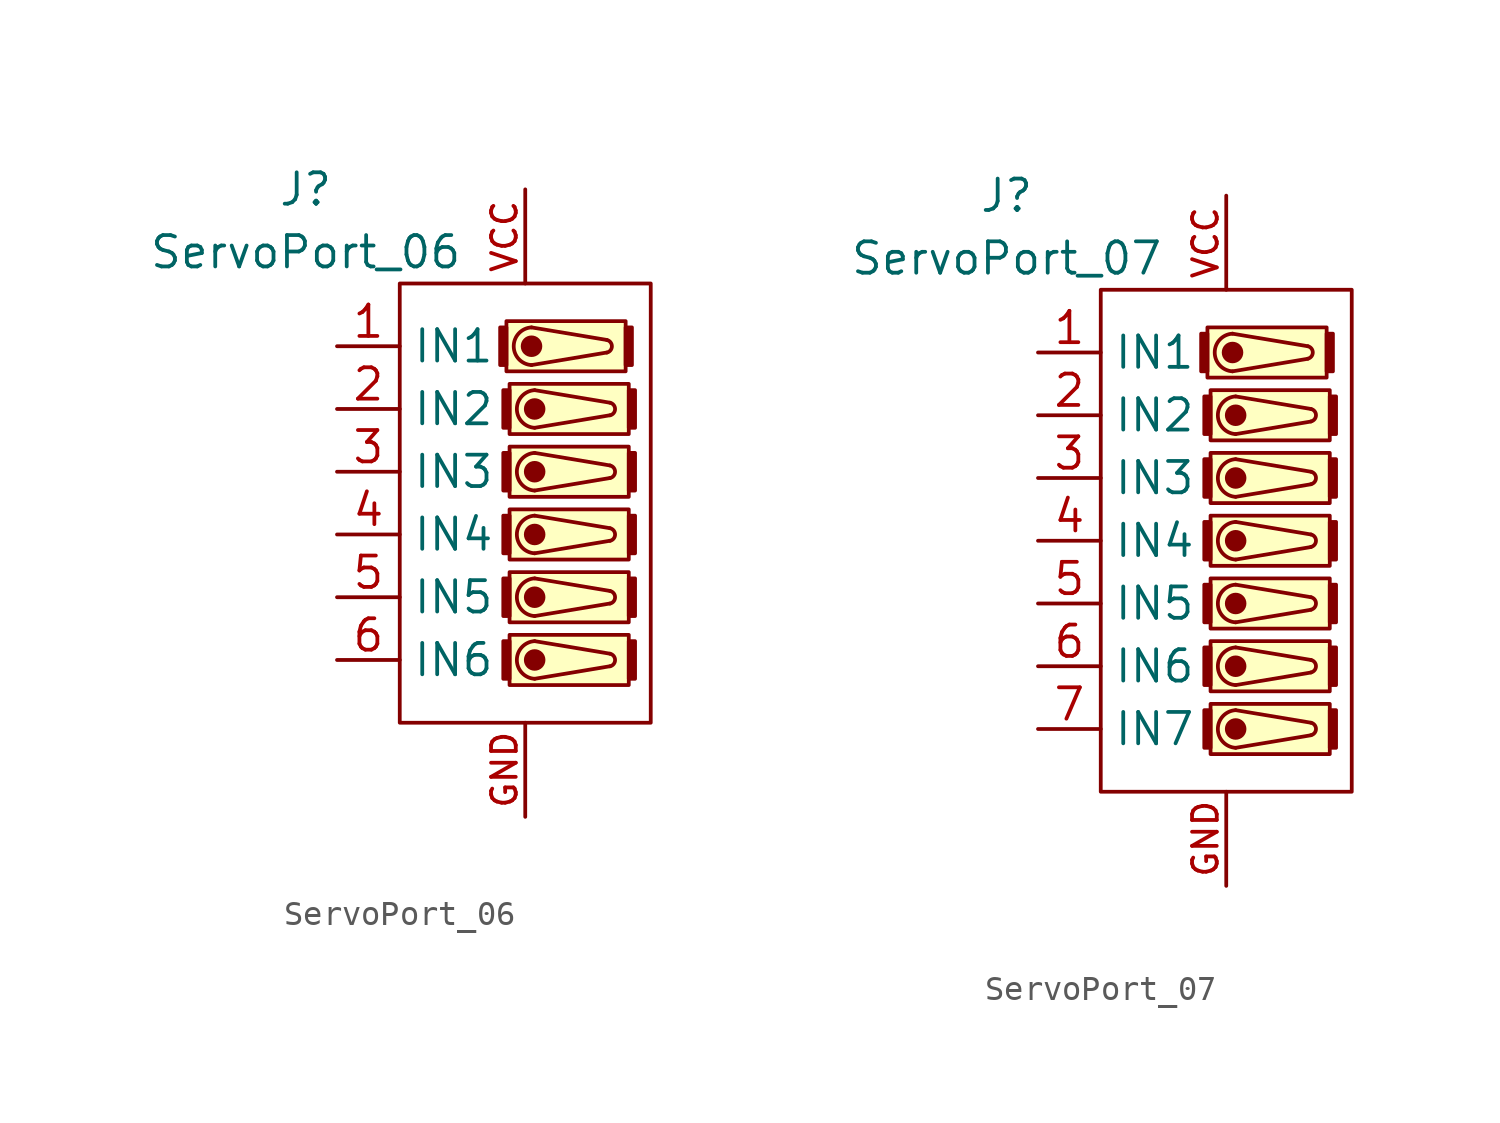
<source format=kicad_sym>
(kicad_symbol_lib
  (version 20220914)
  (generator kicad_symbol_editor)
  (symbol "ServoPort_06"
    (property "Reference" "J"
      (at -8.89 12.7 0)
      (effects (font (size 1.27 1.27))))
    (property "Value" "ServoPort_06"
      (at -8.89 10.16 0)
      (effects (font (size 1.27 1.27))))
    (symbol "ServoPort_06_0_1"
      (rectangle (start -5.08 8.89) (end 5.08 -8.89) (stroke (width 0) (type default)) (fill (type none)))
      (rectangle (start -0.762 7.112) (end -1.016 5.588) (stroke (width 0) (type default)) (fill (type outline)))
      (rectangle (start -0.762 7.366) (end 4.064 5.334) (stroke (width 0) (type default)) (fill (type background)))
      (rectangle (start -0.635 -5.588) (end -0.889 -7.112) (stroke (width 0) (type default)) (fill (type outline)))
      (rectangle (start -0.635 -5.334) (end 4.191 -7.366) (stroke (width 0) (type default)) (fill (type background)))
      (rectangle (start -0.635 -3.048) (end -0.889 -4.572) (stroke (width 0) (type default)) (fill (type outline)))
      (rectangle (start -0.635 -2.794) (end 4.191 -4.826) (stroke (width 0) (type default)) (fill (type background)))
      (rectangle (start -0.635 -0.508) (end -0.889 -2.032) (stroke (width 0) (type default)) (fill (type outline)))
      (rectangle (start -0.635 -0.254) (end 4.191 -2.286) (stroke (width 0) (type default)) (fill (type background)))
      (rectangle (start -0.635 2.032) (end -0.889 0.508) (stroke (width 0) (type default)) (fill (type outline)))
      (rectangle (start -0.635 2.286) (end 4.191 0.254) (stroke (width 0) (type default)) (fill (type background)))
      (rectangle (start -0.635 4.572) (end -0.889 3.048) (stroke (width 0) (type default)) (fill (type outline)))
      (rectangle (start -0.635 4.826) (end 4.191 2.794) (stroke (width 0) (type default)) (fill (type background)))
      (polyline (pts (xy 0.254 7.112) (xy 3.302 6.604)) (stroke (width 0) (type default)) (fill (type none)))
      (polyline (pts (xy 0.381 -5.588) (xy 3.429 -6.096)) (stroke (width 0) (type default)) (fill (type none)))
      (polyline (pts (xy 0.381 -3.048) (xy 3.429 -3.556)) (stroke (width 0) (type default)) (fill (type none)))
      (polyline (pts (xy 0.381 -0.508) (xy 3.429 -1.016)) (stroke (width 0) (type default)) (fill (type none)))
      (polyline (pts (xy 0.381 2.032) (xy 3.429 1.524)) (stroke (width 0) (type default)) (fill (type none)))
      (polyline (pts (xy 0.381 4.572) (xy 3.429 4.064)) (stroke (width 0) (type default)) (fill (type none)))
      (polyline (pts (xy 3.302 6.096) (xy 0.254 5.588)) (stroke (width 0) (type default)) (fill (type none)))
      (polyline (pts (xy 3.429 -6.604) (xy 0.381 -7.112)) (stroke (width 0) (type default)) (fill (type none)))
      (polyline (pts (xy 3.429 -4.064) (xy 0.381 -4.572)) (stroke (width 0) (type default)) (fill (type none)))
      (polyline (pts (xy 3.429 -1.524) (xy 0.381 -2.032)) (stroke (width 0) (type default)) (fill (type none)))
      (polyline (pts (xy 3.429 1.016) (xy 0.381 0.508)) (stroke (width 0) (type default)) (fill (type none)))
      (polyline (pts (xy 3.429 3.556) (xy 0.381 3.048)) (stroke (width 0) (type default)) (fill (type none)))
      (circle (center 0.254 6.35) (radius 0.359) (stroke (width 0) (type default)) (fill (type outline)))
      (arc (start 0.254 7.112) (mid -0.4664 6.35) (end 0.254 5.588) (stroke (width 0) (type default)) (fill (type none)))
      (circle (center 0.381 -6.35) (radius 0.359) (stroke (width 0) (type default)) (fill (type outline)))
      (arc (start 0.381 -5.588) (mid -0.3394 -6.35) (end 0.381 -7.112) (stroke (width 0) (type default)) (fill (type none)))
      (circle (center 0.381 -3.81) (radius 0.359) (stroke (width 0) (type default)) (fill (type outline)))
      (arc (start 0.381 -3.048) (mid -0.3394 -3.81) (end 0.381 -4.572) (stroke (width 0) (type default)) (fill (type none)))
      (circle (center 0.381 -1.27) (radius 0.359) (stroke (width 0) (type default)) (fill (type outline)))
      (arc (start 0.381 -0.508) (mid -0.3394 -1.27) (end 0.381 -2.032) (stroke (width 0) (type default)) (fill (type none)))
      (circle (center 0.381 1.27) (radius 0.359) (stroke (width 0) (type default)) (fill (type outline)))
      (arc (start 0.381 2.032) (mid -0.3394 1.27) (end 0.381 0.508) (stroke (width 0) (type default)) (fill (type none)))
      (circle (center 0.381 3.81) (radius 0.359) (stroke (width 0) (type default)) (fill (type outline)))
      (arc (start 0.381 4.572) (mid -0.3394 3.81) (end 0.381 3.048) (stroke (width 0) (type default)) (fill (type none)))
      (arc (start 3.302 6.096) (mid 3.5069 6.35) (end 3.302 6.604) (stroke (width 0) (type default)) (fill (type none)))
      (arc (start 3.429 -6.604) (mid 3.6339 -6.35) (end 3.429 -6.096) (stroke (width 0) (type default)) (fill (type none)))
      (arc (start 3.429 -4.064) (mid 3.6339 -3.81) (end 3.429 -3.556) (stroke (width 0) (type default)) (fill (type none)))
      (arc (start 3.429 -1.524) (mid 3.6339 -1.27) (end 3.429 -1.016) (stroke (width 0) (type default)) (fill (type none)))
      (arc (start 3.429 1.016) (mid 3.6339 1.27) (end 3.429 1.524) (stroke (width 0) (type default)) (fill (type none)))
      (arc (start 3.429 3.556) (mid 3.6339 3.81) (end 3.429 4.064) (stroke (width 0) (type default)) (fill (type none)))
      (rectangle (start 4.064 7.112) (end 4.318 5.588) (stroke (width 0) (type default)) (fill (type outline)))
      (rectangle (start 4.191 -5.588) (end 4.445 -7.112) (stroke (width 0) (type default)) (fill (type outline)))
      (rectangle (start 4.191 -3.048) (end 4.445 -4.572) (stroke (width 0) (type default)) (fill (type outline)))
      (rectangle (start 4.191 -0.508) (end 4.445 -2.032) (stroke (width 0) (type default)) (fill (type outline)))
      (rectangle (start 4.191 2.032) (end 4.445 0.508) (stroke (width 0) (type default)) (fill (type outline)))
      (rectangle (start 4.191 4.572) (end 4.445 3.048) (stroke (width 0) (type default)) (fill (type outline))))
    (symbol "ServoPort_06_1_1"
      (pin input line (at -7.62 6.35 0) (length 2.54) (name "IN1" (effects (font (size 1.27 1.27)))) (number "1" (effects (font (size 1.27 1.27)))))
      (pin input line (at -7.62 3.81 0) (length 2.54) (name "IN2" (effects (font (size 1.27 1.27)))) (number "2" (effects (font (size 1.27 1.27)))))
      (pin input line (at -7.62 1.27 0) (length 2.54) (name "IN3" (effects (font (size 1.27 1.27)))) (number "3" (effects (font (size 1.27 1.27)))))
      (pin input line (at -7.62 -1.27 0) (length 2.54) (name "IN4" (effects (font (size 1.27 1.27)))) (number "4" (effects (font (size 1.27 1.27)))))
      (pin input line (at -7.62 -3.81 0) (length 2.54) (name "IN5" (effects (font (size 1.27 1.27)))) (number "5" (effects (font (size 1.27 1.27)))))
      (pin input line (at -7.62 -6.35 0) (length 2.54) (name "IN6" (effects (font (size 1.27 1.27)))) (number "6" (effects (font (size 1.27 1.27)))))
      (pin power_in line (at 0 -12.7 90) (length 3.81) (name "" (effects (font (size 1 1)))) (number "GND" (effects (font (size 1 1)))))
      (pin power_in line (at 0 12.7 270) (length 3.81) (name "" (effects (font (size 1 1)))) (number "VCC" (effects (font (size 1 1)))))))
  (symbol "ServoPort_07"
    (property "Reference" "J"
      (at -8.89 13.97 0)
      (effects (font (size 1.27 1.27))))
    (property "Value" "ServoPort_07"
      (at -8.89 11.43 0)
      (effects (font (size 1.27 1.27))))
    (symbol "ServoPort_07_0_1"
      (rectangle (start -5.08 10.16) (end 5.08 -10.16) (stroke (width 0) (type default)) (fill (type none)))
      (rectangle (start -0.762 8.382) (end -1.016 6.858) (stroke (width 0) (type default)) (fill (type outline)))
      (rectangle (start -0.762 8.636) (end 4.064 6.604) (stroke (width 0) (type default)) (fill (type background)))
      (rectangle (start -0.635 -6.858) (end -0.889 -8.382) (stroke (width 0) (type default)) (fill (type outline)))
      (rectangle (start -0.635 -6.604) (end 4.191 -8.636) (stroke (width 0) (type default)) (fill (type background)))
      (rectangle (start -0.635 -4.318) (end -0.889 -5.842) (stroke (width 0) (type default)) (fill (type outline)))
      (rectangle (start -0.635 -4.064) (end 4.191 -6.096) (stroke (width 0) (type default)) (fill (type background)))
      (rectangle (start -0.635 -1.778) (end -0.889 -3.302) (stroke (width 0) (type default)) (fill (type outline)))
      (rectangle (start -0.635 -1.524) (end 4.191 -3.556) (stroke (width 0) (type default)) (fill (type background)))
      (rectangle (start -0.635 0.762) (end -0.889 -0.762) (stroke (width 0) (type default)) (fill (type outline)))
      (rectangle (start -0.635 1.016) (end 4.191 -1.016) (stroke (width 0) (type default)) (fill (type background)))
      (rectangle (start -0.635 3.302) (end -0.889 1.778) (stroke (width 0) (type default)) (fill (type outline)))
      (rectangle (start -0.635 3.556) (end 4.191 1.524) (stroke (width 0) (type default)) (fill (type background)))
      (rectangle (start -0.635 5.842) (end -0.889 4.318) (stroke (width 0) (type default)) (fill (type outline)))
      (rectangle (start -0.635 6.096) (end 4.191 4.064) (stroke (width 0) (type default)) (fill (type background)))
      (polyline (pts (xy 0.254 8.382) (xy 3.302 7.874)) (stroke (width 0) (type default)) (fill (type none)))
      (polyline (pts (xy 0.381 -6.858) (xy 3.429 -7.366)) (stroke (width 0) (type default)) (fill (type none)))
      (polyline (pts (xy 0.381 -4.318) (xy 3.429 -4.826)) (stroke (width 0) (type default)) (fill (type none)))
      (polyline (pts (xy 0.381 -1.778) (xy 3.429 -2.286)) (stroke (width 0) (type default)) (fill (type none)))
      (polyline (pts (xy 0.381 0.762) (xy 3.429 0.254)) (stroke (width 0) (type default)) (fill (type none)))
      (polyline (pts (xy 0.381 3.302) (xy 3.429 2.794)) (stroke (width 0) (type default)) (fill (type none)))
      (polyline (pts (xy 0.381 5.842) (xy 3.429 5.334)) (stroke (width 0) (type default)) (fill (type none)))
      (polyline (pts (xy 3.302 7.366) (xy 0.254 6.858)) (stroke (width 0) (type default)) (fill (type none)))
      (polyline (pts (xy 3.429 -7.874) (xy 0.381 -8.382)) (stroke (width 0) (type default)) (fill (type none)))
      (polyline (pts (xy 3.429 -5.334) (xy 0.381 -5.842)) (stroke (width 0) (type default)) (fill (type none)))
      (polyline (pts (xy 3.429 -2.794) (xy 0.381 -3.302)) (stroke (width 0) (type default)) (fill (type none)))
      (polyline (pts (xy 3.429 -0.254) (xy 0.381 -0.762)) (stroke (width 0) (type default)) (fill (type none)))
      (polyline (pts (xy 3.429 2.286) (xy 0.381 1.778)) (stroke (width 0) (type default)) (fill (type none)))
      (polyline (pts (xy 3.429 4.826) (xy 0.381 4.318)) (stroke (width 0) (type default)) (fill (type none)))
      (circle (center 0.254 7.62) (radius 0.359) (stroke (width 0) (type default)) (fill (type outline)))
      (arc (start 0.254 8.382) (mid -0.4664 7.62) (end 0.254 6.858) (stroke (width 0) (type default)) (fill (type none)))
      (circle (center 0.381 -7.62) (radius 0.359) (stroke (width 0) (type default)) (fill (type outline)))
      (arc (start 0.381 -6.858) (mid -0.3394 -7.62) (end 0.381 -8.382) (stroke (width 0) (type default)) (fill (type none)))
      (circle (center 0.381 -5.08) (radius 0.359) (stroke (width 0) (type default)) (fill (type outline)))
      (arc (start 0.381 -4.318) (mid -0.3394 -5.08) (end 0.381 -5.842) (stroke (width 0) (type default)) (fill (type none)))
      (circle (center 0.381 -2.54) (radius 0.359) (stroke (width 0) (type default)) (fill (type outline)))
      (arc (start 0.381 -1.778) (mid -0.3394 -2.54) (end 0.381 -3.302) (stroke (width 0) (type default)) (fill (type none)))
      (circle (center 0.381 0) (radius 0.359) (stroke (width 0) (type default)) (fill (type outline)))
      (arc (start 0.381 0.762) (mid -0.3394 0) (end 0.381 -0.762) (stroke (width 0) (type default)) (fill (type none)))
      (circle (center 0.381 2.54) (radius 0.359) (stroke (width 0) (type default)) (fill (type outline)))
      (arc (start 0.381 3.302) (mid -0.3394 2.54) (end 0.381 1.778) (stroke (width 0) (type default)) (fill (type none)))
      (circle (center 0.381 5.08) (radius 0.359) (stroke (width 0) (type default)) (fill (type outline)))
      (arc (start 0.381 5.842) (mid -0.3394 5.08) (end 0.381 4.318) (stroke (width 0) (type default)) (fill (type none)))
      (arc (start 3.302 7.366) (mid 3.5069 7.62) (end 3.302 7.874) (stroke (width 0) (type default)) (fill (type none)))
      (arc (start 3.429 -7.874) (mid 3.6339 -7.62) (end 3.429 -7.366) (stroke (width 0) (type default)) (fill (type none)))
      (arc (start 3.429 -5.334) (mid 3.6339 -5.08) (end 3.429 -4.826) (stroke (width 0) (type default)) (fill (type none)))
      (arc (start 3.429 -2.794) (mid 3.6339 -2.54) (end 3.429 -2.286) (stroke (width 0) (type default)) (fill (type none)))
      (arc (start 3.429 -0.254) (mid 3.6339 0) (end 3.429 0.254) (stroke (width 0) (type default)) (fill (type none)))
      (arc (start 3.429 2.286) (mid 3.6339 2.54) (end 3.429 2.794) (stroke (width 0) (type default)) (fill (type none)))
      (arc (start 3.429 4.826) (mid 3.6339 5.08) (end 3.429 5.334) (stroke (width 0) (type default)) (fill (type none)))
      (rectangle (start 4.064 8.382) (end 4.318 6.858) (stroke (width 0) (type default)) (fill (type outline)))
      (rectangle (start 4.191 -6.858) (end 4.445 -8.382) (stroke (width 0) (type default)) (fill (type outline)))
      (rectangle (start 4.191 -4.318) (end 4.445 -5.842) (stroke (width 0) (type default)) (fill (type outline)))
      (rectangle (start 4.191 -1.778) (end 4.445 -3.302) (stroke (width 0) (type default)) (fill (type outline)))
      (rectangle (start 4.191 0.762) (end 4.445 -0.762) (stroke (width 0) (type default)) (fill (type outline)))
      (rectangle (start 4.191 3.302) (end 4.445 1.778) (stroke (width 0) (type default)) (fill (type outline)))
      (rectangle (start 4.191 5.842) (end 4.445 4.318) (stroke (width 0) (type default)) (fill (type outline))))
    (symbol "ServoPort_07_1_1"
      (pin input line (at -7.62 7.62 0) (length 2.54) (name "IN1" (effects (font (size 1.27 1.27)))) (number "1" (effects (font (size 1.27 1.27)))))
      (pin input line (at -7.62 5.08 0) (length 2.54) (name "IN2" (effects (font (size 1.27 1.27)))) (number "2" (effects (font (size 1.27 1.27)))))
      (pin input line (at -7.62 2.54 0) (length 2.54) (name "IN3" (effects (font (size 1.27 1.27)))) (number "3" (effects (font (size 1.27 1.27)))))
      (pin input line (at -7.62 0 0) (length 2.54) (name "IN4" (effects (font (size 1.27 1.27)))) (number "4" (effects (font (size 1.27 1.27)))))
      (pin input line (at -7.62 -2.54 0) (length 2.54) (name "IN5" (effects (font (size 1.27 1.27)))) (number "5" (effects (font (size 1.27 1.27)))))
      (pin input line (at -7.62 -5.08 0) (length 2.54) (name "IN6" (effects (font (size 1.27 1.27)))) (number "6" (effects (font (size 1.27 1.27)))))
      (pin input line (at -7.62 -7.62 0) (length 2.54) (name "IN7" (effects (font (size 1.27 1.27)))) (number "7" (effects (font (size 1.27 1.27)))))
      (pin power_in line (at 0 -13.97 90) (length 3.81) (name "" (effects (font (size 1 1)))) (number "GND" (effects (font (size 1 1)))))
      (pin power_in line (at 0 13.97 270) (length 3.81) (name "" (effects (font (size 1 1)))) (number "VCC" (effects (font (size 1 1))))))))
</source>
